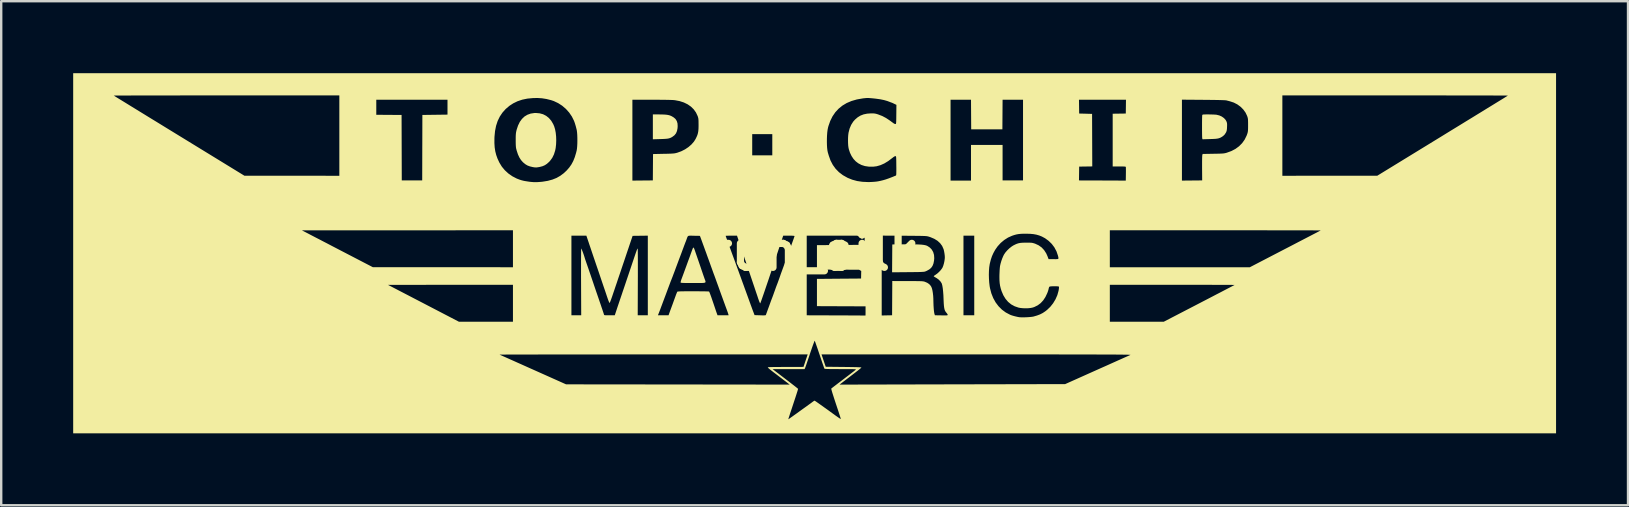
<source format=kicad_pcb>
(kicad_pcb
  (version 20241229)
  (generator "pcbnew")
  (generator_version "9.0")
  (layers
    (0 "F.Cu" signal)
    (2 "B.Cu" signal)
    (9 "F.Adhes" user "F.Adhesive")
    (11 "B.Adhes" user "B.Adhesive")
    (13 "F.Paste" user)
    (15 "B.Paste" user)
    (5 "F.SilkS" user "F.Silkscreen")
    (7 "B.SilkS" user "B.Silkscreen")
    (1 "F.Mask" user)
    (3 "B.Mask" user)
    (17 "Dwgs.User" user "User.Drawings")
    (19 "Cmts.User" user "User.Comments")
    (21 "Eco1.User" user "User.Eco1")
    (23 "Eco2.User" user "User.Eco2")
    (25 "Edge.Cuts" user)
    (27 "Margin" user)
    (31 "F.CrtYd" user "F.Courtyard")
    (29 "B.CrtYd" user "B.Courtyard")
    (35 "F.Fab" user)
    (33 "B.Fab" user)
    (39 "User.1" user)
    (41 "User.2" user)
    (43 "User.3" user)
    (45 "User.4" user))
  (footprint "fun_silk"
    (layer "F.Cu")
    (at 30.917 7.415)
    (property "Reference" "fun_silk" (at 0 0 0) (layer "F.SilkS") (effects (font (size 1.5 1.5) (thickness 0.3))))
    (attr board_only exclude_from_pos_files exclude_from_bom)
    (fp_poly (pts (xy -6.507 -5.696) (xy -6.377 -5.694) (xy -6.273 -5.69) (xy -6.188 -5.683) (xy -6.118 -5.672) (xy -6.059 -5.657) (xy -6.004 -5.636) (xy -5.989 -5.629) (xy -5.887 -5.57) (xy -5.811 -5.502) (xy -5.76 -5.421) (xy -5.73 -5.324) (xy -5.723 -5.208) (xy -5.728 -5.122) (xy -5.751 -5.005) (xy -5.792 -4.908) (xy -5.855 -4.829) (xy -5.942 -4.763) (xy -5.95 -4.758) (xy -5.996 -4.732) (xy -6.039 -4.713) (xy -6.086 -4.698) (xy -6.141 -4.687) (xy -6.21 -4.68) (xy -6.297 -4.674) (xy -6.407 -4.67) (xy -6.447 -4.669) (xy -6.757 -4.66) (xy -6.757 -5.178) (xy -6.757 -5.696)) (stroke (width 0) (type solid)) (fill yes) (layer "F.SilkS"))
    (fp_poly (pts (xy 4.085 -0.281) (xy 4.224 -0.279) (xy 4.341 -0.275) (xy 4.437 -0.269) (xy 4.516 -0.26) (xy 4.58 -0.249) (xy 4.631 -0.236) (xy 4.672 -0.22) (xy 4.679 -0.217) (xy 4.786 -0.148) (xy 4.869 -0.061) (xy 4.928 0.043) (xy 4.962 0.162) (xy 4.971 0.297) (xy 4.963 0.393) (xy 4.939 0.515) (xy 4.9 0.615) (xy 4.844 0.696) (xy 4.766 0.763) (xy 4.664 0.82) (xy 4.602 0.847) (xy 4.584 0.853) (xy 4.56 0.859) (xy 4.529 0.863) (xy 4.488 0.866) (xy 4.434 0.869) (xy 4.363 0.872) (xy 4.274 0.874) (xy 4.163 0.875) (xy 4.028 0.877) (xy 3.876 0.878) (xy 3.214 0.884) (xy 3.218 0.304) (xy 3.222 -0.277) (xy 3.73 -0.281) (xy 3.921 -0.282)) (stroke (width 0) (type solid)) (fill yes) (layer "F.SilkS"))
    (fp_poly (pts (xy 16.49 -5.695) (xy 16.578 -5.692) (xy 16.656 -5.689) (xy 16.716 -5.685) (xy 16.738 -5.682) (xy 16.852 -5.654) (xy 16.956 -5.607) (xy 17.045 -5.544) (xy 17.114 -5.469) (xy 17.148 -5.408) (xy 17.163 -5.369) (xy 17.172 -5.332) (xy 17.176 -5.289) (xy 17.176 -5.23) (xy 17.174 -5.173) (xy 17.17 -5.096) (xy 17.163 -5.039) (xy 17.152 -4.995) (xy 17.136 -4.955) (xy 17.129 -4.941) (xy 17.074 -4.857) (xy 17.002 -4.79) (xy 16.953 -4.758) (xy 16.908 -4.732) (xy 16.864 -4.713) (xy 16.817 -4.698) (xy 16.761 -4.687) (xy 16.692 -4.679) (xy 16.605 -4.674) (xy 16.494 -4.67) (xy 16.458 -4.669) (xy 16.151 -4.66) (xy 16.141 -4.696) (xy 16.138 -4.721) (xy 16.136 -4.771) (xy 16.134 -4.841) (xy 16.133 -4.928) (xy 16.132 -5.026) (xy 16.132 -5.13) (xy 16.132 -5.237) (xy 16.132 -5.342) (xy 16.133 -5.439) (xy 16.134 -5.524) (xy 16.136 -5.593) (xy 16.138 -5.641) (xy 16.14 -5.662) (xy 16.145 -5.675) (xy 16.153 -5.684) (xy 16.169 -5.69) (xy 16.197 -5.693) (xy 16.243 -5.695) (xy 16.309 -5.696) (xy 16.398 -5.696)) (stroke (width 0) (type solid)) (fill yes) (layer "F.SilkS"))
    (fp_poly (pts (xy -11.475 -5.742) (xy -11.332 -5.703) (xy -11.203 -5.637) (xy -11.089 -5.545) (xy -10.99 -5.429) (xy -10.908 -5.288) (xy -10.868 -5.195) (xy -10.832 -5.074) (xy -10.805 -4.932) (xy -10.789 -4.777) (xy -10.784 -4.615) (xy -10.79 -4.453) (xy -10.807 -4.3) (xy -10.826 -4.201) (xy -10.878 -4.033) (xy -10.95 -3.886) (xy -11.044 -3.758) (xy -11.083 -3.717) (xy -11.172 -3.637) (xy -11.26 -3.579) (xy -11.357 -3.537) (xy -11.472 -3.507) (xy -11.552 -3.493) (xy -11.616 -3.486) (xy -11.676 -3.488) (xy -11.744 -3.498) (xy -11.758 -3.5) (xy -11.879 -3.529) (xy -11.98 -3.566) (xy -12.068 -3.618) (xy -12.154 -3.688) (xy -12.174 -3.706) (xy -12.254 -3.797) (xy -12.322 -3.904) (xy -12.38 -4.03) (xy -12.43 -4.181) (xy -12.455 -4.276) (xy -12.464 -4.333) (xy -12.47 -4.419) (xy -12.473 -4.532) (xy -12.473 -4.634) (xy -12.473 -4.737) (xy -12.471 -4.816) (xy -12.467 -4.878) (xy -12.461 -4.931) (xy -12.452 -4.981) (xy -12.44 -5.034) (xy -12.433 -5.061) (xy -12.375 -5.235) (xy -12.302 -5.385) (xy -12.212 -5.509) (xy -12.107 -5.609) (xy -11.986 -5.682) (xy -11.849 -5.731) (xy -11.697 -5.754) (xy -11.632 -5.756)) (stroke (width 0) (type solid)) (fill yes) (layer "F.SilkS"))
    (fp_poly (pts (xy -5.053 -0.137) (xy -5.034 -0.102) (xy -5.011 -0.04) (xy -5.01 -0.037) (xy -4.996 0.003) (xy -4.975 0.066) (xy -4.947 0.147) (xy -4.915 0.239) (xy -4.881 0.338) (xy -4.866 0.381) (xy -4.83 0.486) (xy -4.794 0.591) (xy -4.76 0.69) (xy -4.731 0.777) (xy -4.708 0.844) (xy -4.702 0.86) (xy -4.675 0.941) (xy -4.644 1.031) (xy -4.615 1.113) (xy -4.606 1.14) (xy -4.587 1.19) (xy -4.572 1.231) (xy -4.563 1.263) (xy -4.562 1.288) (xy -4.572 1.306) (xy -4.596 1.318) (xy -4.636 1.325) (xy -4.695 1.329) (xy -4.775 1.331) (xy -4.878 1.331) (xy -5.008 1.331) (xy -5.076 1.331) (xy -5.217 1.33) (xy -5.33 1.33) (xy -5.419 1.329) (xy -5.487 1.327) (xy -5.536 1.325) (xy -5.569 1.321) (xy -5.589 1.317) (xy -5.599 1.312) (xy -5.601 1.309) (xy -5.599 1.286) (xy -5.588 1.243) (xy -5.571 1.188) (xy -5.561 1.163) (xy -5.534 1.09) (xy -5.504 1.01) (xy -5.479 0.941) (xy -5.476 0.934) (xy -5.456 0.879) (xy -5.439 0.831) (xy -5.427 0.801) (xy -5.427 0.8) (xy -5.416 0.77) (xy -5.399 0.723) (xy -5.385 0.684) (xy -5.361 0.619) (xy -5.335 0.548) (xy -5.323 0.515) (xy -5.3 0.452) (xy -5.275 0.383) (xy -5.264 0.355) (xy -5.248 0.311) (xy -5.224 0.247) (xy -5.197 0.171) (xy -5.169 0.091) (xy -5.165 0.081) (xy -5.139 0.008) (xy -5.115 -0.056) (xy -5.096 -0.105) (xy -5.084 -0.132) (xy -5.082 -0.136) (xy -5.068 -0.148)) (stroke (width 0) (type solid)) (fill yes) (layer "F.SilkS"))
    (fp_poly (pts (xy 30.887 0.09) (xy 30.887 7.595) (xy -0.015 7.595) (xy -30.917 7.595) (xy -30.917 4.314) (xy -13.148 4.314) (xy -13.133 4.321) (xy -13.092 4.339) (xy -13.028 4.368) (xy -12.941 4.407) (xy -12.835 4.454) (xy -12.711 4.51) (xy -12.57 4.572) (xy -12.415 4.642) (xy -12.248 4.716) (xy -12.07 4.796) (xy -11.883 4.88) (xy -11.754 4.937) (xy -10.374 5.554) (xy -5.714 5.559) (xy -1.054 5.565) (xy -1.138 5.5) (xy -1.175 5.471) (xy -1.231 5.428) (xy -1.301 5.375) (xy -1.381 5.314) (xy -1.465 5.25) (xy -1.497 5.226) (xy -1.618 5.133) (xy -1.718 5.057) (xy -1.797 4.996) (xy -1.859 4.947) (xy -1.894 4.919) (xy -1.767 4.919) (xy -1.239 5.323) (xy -1.129 5.407) (xy -1.027 5.486) (xy -0.934 5.558) (xy -0.854 5.62) (xy -0.789 5.671) (xy -0.741 5.71) (xy -0.713 5.733) (xy -0.706 5.74) (xy -0.707 5.752) (xy -0.715 5.781) (xy -0.728 5.828) (xy -0.749 5.894) (xy -0.777 5.982) (xy -0.812 6.091) (xy -0.856 6.224) (xy -0.908 6.382) (xy -0.969 6.567) (xy -1.009 6.686) (xy -1.04 6.779) (xy -1.066 6.861) (xy -1.088 6.929) (xy -1.103 6.979) (xy -1.111 7.007) (xy -1.112 7.012) (xy -1.099 7.003) (xy -1.064 6.979) (xy -1.011 6.941) (xy -0.941 6.892) (xy -0.858 6.832) (xy -0.763 6.765) (xy -0.661 6.691) (xy -0.639 6.675) (xy -0.535 6.6) (xy -0.437 6.53) (xy -0.35 6.468) (xy -0.276 6.414) (xy -0.218 6.372) (xy -0.177 6.343) (xy -0.158 6.329) (xy -0.157 6.328) (xy -0.09 6.278) (xy -0.045 6.247) (xy -0.021 6.234) (xy -0.019 6.234) (xy -0.01 6.238) (xy 0.01 6.25) (xy 0.043 6.271) (xy 0.092 6.305) (xy 0.157 6.351) (xy 0.243 6.412) (xy 0.335 6.477) (xy 0.39 6.517) (xy 0.447 6.557) (xy 0.486 6.585) (xy 0.532 6.618) (xy 0.589 6.659) (xy 0.637 6.695) (xy 0.762 6.785) (xy 0.864 6.859) (xy 0.944 6.915) (xy 1.004 6.957) (xy 1.046 6.983) (xy 1.069 6.996) (xy 1.076 6.996) (xy 1.072 6.978) (xy 1.059 6.935) (xy 1.039 6.872) (xy 1.013 6.791) (xy 0.983 6.698) (xy 0.949 6.595) (xy 0.944 6.581) (xy 0.884 6.401) (xy 0.833 6.247) (xy 0.791 6.118) (xy 0.757 6.011) (xy 0.729 5.924) (xy 0.709 5.857) (xy 0.694 5.805) (xy 0.685 5.768) (xy 0.68 5.744) (xy 0.68 5.731) (xy 0.682 5.727) (xy 0.696 5.715) (xy 0.732 5.688) (xy 0.786 5.646) (xy 0.857 5.592) (xy 0.94 5.528) (xy 1.035 5.456) (xy 1.138 5.377) (xy 1.181 5.345) (xy 1.287 5.263) (xy 1.387 5.187) (xy 1.478 5.118) (xy 1.556 5.057) (xy 1.62 5.008) (xy 1.666 4.971) (xy 1.692 4.95) (xy 1.696 4.947) (xy 1.703 4.94) (xy 1.704 4.934) (xy 1.699 4.93) (xy 1.685 4.926) (xy 1.658 4.924) (xy 1.618 4.922) (xy 1.56 4.92) (xy 1.483 4.919) (xy 1.384 4.919) (xy 1.261 4.919) (xy 1.111 4.919) (xy 1.066 4.919) (xy 0.9 4.918) (xy 0.762 4.918) (xy 0.649 4.917) (xy 0.56 4.915) (xy 0.493 4.913) (xy 0.444 4.91) (xy 0.413 4.907) (xy 0.397 4.902) (xy 0.393 4.9) (xy 0.386 4.882) (xy 0.37 4.839) (xy 0.348 4.774) (xy 0.318 4.69) (xy 0.284 4.59) (xy 0.246 4.477) (xy 0.205 4.355) (xy 0.191 4.314) (xy 0.188 4.306) (xy 0.273 4.306) (xy 0.36 4.563) (xy 0.447 4.821) (xy 1.192 4.829) (xy 1.378 4.831) (xy 1.539 4.834) (xy 1.674 4.836) (xy 1.781 4.839) (xy 1.861 4.843) (xy 1.912 4.846) (xy 1.934 4.85) (xy 1.935 4.851) (xy 1.932 4.857) (xy 1.922 4.868) (xy 1.904 4.884) (xy 1.876 4.908) (xy 1.835 4.941) (xy 1.781 4.984) (xy 1.711 5.038) (xy 1.623 5.106) (xy 1.516 5.188) (xy 1.388 5.286) (xy 1.323 5.336) (xy 1.024 5.565) (xy 5.726 5.554) (xy 10.427 5.544) (xy 11.765 4.945) (xy 11.955 4.86) (xy 12.138 4.779) (xy 12.311 4.701) (xy 12.474 4.628) (xy 12.623 4.561) (xy 12.758 4.501) (xy 12.876 4.448) (xy 12.976 4.404) (xy 13.055 4.369) (xy 13.111 4.344) (xy 13.143 4.329) (xy 13.149 4.327) (xy 13.148 4.325) (xy 13.14 4.324) (xy 13.123 4.322) (xy 13.096 4.321) (xy 13.058 4.319) (xy 13.01 4.318) (xy 12.949 4.317) (xy 12.875 4.316) (xy 12.788 4.315) (xy 12.687 4.314) (xy 12.571 4.313) (xy 12.438 4.312) (xy 12.29 4.312) (xy 12.123 4.311) (xy 11.939 4.31) (xy 11.736 4.31) (xy 11.513 4.309) (xy 11.27 4.309) (xy 11.006 4.308) (xy 10.72 4.308) (xy 10.411 4.308) (xy 10.079 4.307) (xy 9.723 4.307) (xy 9.342 4.307) (xy 8.935 4.307) (xy 8.502 4.306) (xy 8.041 4.306) (xy 7.553 4.306) (xy 7.036 4.306) (xy 6.733 4.306) (xy 0.273 4.306) (xy 0.188 4.306) (xy 0.149 4.19) (xy 0.11 4.074) (xy 0.074 3.971) (xy 0.043 3.882) (xy 0.018 3.812) (xy 0.000258 3.763) (xy -0.01 3.738) (xy -0.011 3.735) (xy -0.018 3.746) (xy -0.034 3.783) (xy -0.056 3.842) (xy -0.085 3.92) (xy -0.119 4.015) (xy -0.156 4.124) (xy -0.197 4.244) (xy -0.209 4.28) (xy -0.25 4.404) (xy -0.29 4.521) (xy -0.326 4.627) (xy -0.357 4.719) (xy -0.383 4.793) (xy -0.402 4.846) (xy -0.413 4.875) (xy -0.414 4.877) (xy -0.434 4.919) (xy -1.101 4.919) (xy -1.767 4.919) (xy -1.894 4.919) (xy -1.904 4.91) (xy -1.936 4.883) (xy -1.955 4.864) (xy -1.964 4.851) (xy -1.966 4.844) (xy -1.965 4.843) (xy -1.949 4.84) (xy -1.904 4.837) (xy -1.833 4.834) (xy -1.739 4.832) (xy -1.622 4.831) (xy -1.484 4.83) (xy -1.329 4.829) (xy -1.218 4.829) (xy -1.072 4.829) (xy -0.936 4.829) (xy -0.812 4.828) (xy -0.704 4.828) (xy -0.613 4.827) (xy -0.544 4.827) (xy -0.498 4.826) (xy -0.479 4.825) (xy -0.478 4.825) (xy -0.473 4.81) (xy -0.461 4.772) (xy -0.441 4.714) (xy -0.417 4.642) (xy -0.391 4.563) (xy -0.304 4.306) (xy -6.733 4.307) (xy -7.17 4.307) (xy -7.599 4.307) (xy -8.02 4.307) (xy -8.43 4.307) (xy -8.83 4.308) (xy -9.219 4.308) (xy -9.595 4.308) (xy -9.958 4.308) (xy -10.306 4.309) (xy -10.639 4.309) (xy -10.956 4.309) (xy -11.255 4.309) (xy -11.536 4.31) (xy -11.798 4.31) (xy -12.04 4.311) (xy -12.261 4.311) (xy -12.459 4.311) (xy -12.634 4.312) (xy -12.786 4.312) (xy -12.912 4.313) (xy -13.013 4.313) (xy -13.086 4.313) (xy -13.132 4.314) (xy -13.148 4.314) (xy -13.148 4.314) (xy -30.917 4.314) (xy -30.917 1.407) (xy -17.798 1.407) (xy -17.701 1.457) (xy -17.674 1.471) (xy -17.623 1.497) (xy -17.549 1.536) (xy -17.454 1.585) (xy -17.341 1.644) (xy -17.21 1.712) (xy -17.064 1.788) (xy -16.905 1.87) (xy -16.735 1.959) (xy -16.556 2.052) (xy -16.369 2.149) (xy -16.221 2.226) (xy -14.838 2.945) (xy -13.713 2.945) (xy -12.588 2.945) (xy -12.588 2.175) (xy -12.588 1.405) (xy -15.193 1.406) (xy -17.798 1.407) (xy -30.917 1.407) (xy -30.917 0.09) (xy -30.917 -0.866) (xy -21.386 -0.866) (xy -21.289 -0.815) (xy -21.262 -0.802) (xy -21.211 -0.775) (xy -21.137 -0.737) (xy -21.042 -0.687) (xy -20.929 -0.628) (xy -20.798 -0.56) (xy -20.652 -0.485) (xy -20.493 -0.402) (xy -20.323 -0.314) (xy -20.144 -0.22) (xy -19.957 -0.123) (xy -19.809 -0.046) (xy -18.426 0.672) (xy -15.507 0.672) (xy -12.588 0.673) (xy -12.588 -0.097) (xy -12.588 -0.643) (xy -10.151 -0.643) (xy -10.151 1.017) (xy -10.151 2.676) (xy -9.947 2.676) (xy -9.743 2.676) (xy -9.749 1.286) (xy -9.75 1.085) (xy -9.75 0.892) (xy -9.75 0.71) (xy -9.75 0.541) (xy -9.75 0.387) (xy -9.749 0.25) (xy -9.748 0.132) (xy -9.747 0.035) (xy -9.746 -0.038) (xy -9.744 -0.087) (xy -9.743 -0.108) (xy -9.742 -0.108) (xy -9.734 -0.096) (xy -9.718 -0.062) (xy -9.697 -0.009) (xy -9.672 0.055) (xy -9.647 0.125) (xy -9.623 0.196) (xy -9.602 0.263) (xy -9.596 0.284) (xy -9.584 0.326) (xy -9.573 0.357) (xy -9.573 0.359) (xy -9.564 0.383) (xy -9.547 0.432) (xy -9.523 0.502) (xy -9.493 0.588) (xy -9.459 0.686) (xy -9.422 0.794) (xy -9.384 0.906) (xy -9.345 1.019) (xy -9.308 1.129) (xy -9.273 1.232) (xy -9.241 1.324) (xy -9.239 1.331) (xy -9.208 1.424) (xy -9.169 1.538) (xy -9.125 1.668) (xy -9.077 1.807) (xy -9.029 1.947) (xy -8.983 2.082) (xy -8.969 2.123) (xy -8.929 2.239) (xy -8.893 2.347) (xy -8.86 2.443) (xy -8.833 2.524) (xy -8.812 2.587) (xy -8.799 2.628) (xy -8.795 2.642) (xy -8.791 2.655) (xy -8.783 2.665) (xy -8.766 2.67) (xy -8.735 2.674) (xy -8.687 2.676) (xy -8.616 2.676) (xy -8.565 2.676) (xy -8.344 2.676) (xy -8.291 2.515) (xy -8.275 2.467) (xy -8.251 2.394) (xy -8.22 2.301) (xy -8.182 2.19) (xy -8.141 2.067) (xy -8.096 1.935) (xy -8.049 1.797) (xy -8.021 1.712) (xy -7.966 1.551) (xy -7.906 1.374) (xy -7.844 1.189) (xy -7.781 1.003) (xy -7.721 0.824) (xy -7.665 0.658) (xy -7.616 0.512) (xy -7.615 0.508) (xy -7.565 0.36) (xy -7.524 0.238) (xy -7.49 0.139) (xy -7.463 0.061) (xy -7.442 0.002) (xy -7.426 -0.042) (xy -7.413 -0.072) (xy -7.404 -0.09) (xy -7.397 -0.1) (xy -7.391 -0.104) (xy -7.388 -0.105) (xy -7.387 -0.09) (xy -7.386 -0.048) (xy -7.385 0.021) (xy -7.384 0.112) (xy -7.383 0.226) (xy -7.382 0.359) (xy -7.382 0.509) (xy -7.382 0.675) (xy -7.382 0.854) (xy -7.382 1.044) (xy -7.383 1.244) (xy -7.383 1.286) (xy -7.388 2.676) (xy -7.177 2.676) (xy -6.967 2.676) (xy -6.546 2.676) (xy -6.325 2.676) (xy -6.103 2.676) (xy -6.07 2.583) (xy -6.049 2.524) (xy -6.029 2.469) (xy -6.017 2.437) (xy -5.991 2.367) (xy -5.964 2.294) (xy -5.934 2.213) (xy -5.9 2.118) (xy -5.858 2.002) (xy -5.845 1.967) (xy -5.815 1.884) (xy -5.788 1.81) (xy -5.764 1.751) (xy -5.747 1.71) (xy -5.738 1.694) (xy -5.729 1.689) (xy -5.707 1.685) (xy -5.671 1.682) (xy -5.619 1.679) (xy -5.548 1.677) (xy -5.455 1.676) (xy -5.339 1.675) (xy -5.197 1.675) (xy -5.077 1.675) (xy -4.941 1.675) (xy -4.814 1.676) (xy -4.699 1.677) (xy -4.599 1.678) (xy -4.518 1.68) (xy -4.458 1.682) (xy -4.423 1.684) (xy -4.415 1.686) (xy -4.407 1.697) (xy -4.395 1.724) (xy -4.377 1.769) (xy -4.353 1.833) (xy -4.322 1.918) (xy -4.285 2.027) (xy -4.239 2.16) (xy -4.186 2.317) (xy -4.159 2.397) (xy -4.133 2.475) (xy -4.11 2.542) (xy -4.093 2.59) (xy -4.062 2.676) (xy -3.831 2.676) (xy -3.6 2.676) (xy -3.61 2.635) (xy -3.62 2.602) (xy -3.637 2.551) (xy -3.659 2.491) (xy -3.665 2.474) (xy -3.69 2.406) (xy -3.715 2.338) (xy -3.736 2.282) (xy -3.738 2.276) (xy -3.761 2.212) (xy -3.786 2.144) (xy -3.795 2.119) (xy -3.807 2.086) (xy -3.828 2.029) (xy -3.856 1.951) (xy -3.89 1.858) (xy -3.928 1.753) (xy -3.969 1.64) (xy -3.991 1.577) (xy -4.032 1.463) (xy -4.071 1.356) (xy -4.106 1.26) (xy -4.135 1.178) (xy -4.158 1.115) (xy -4.173 1.074) (xy -4.178 1.061) (xy -4.201 0.997) (xy -4.224 0.938) (xy -4.246 0.877) (xy -4.27 0.81) (xy -4.298 0.732) (xy -4.332 0.639) (xy -4.373 0.524) (xy -4.395 0.463) (xy -4.433 0.358) (xy -4.47 0.257) (xy -4.503 0.166) (xy -4.53 0.089) (xy -4.551 0.032) (xy -4.563 0) (xy -4.584 -0.056) (xy -4.603 -0.11) (xy -4.612 -0.135) (xy -4.628 -0.179) (xy -4.649 -0.236) (xy -4.661 -0.269) (xy -4.7 -0.376) (xy -4.73 -0.459) (xy -4.754 -0.523) (xy -4.772 -0.573) (xy -4.773 -0.576) (xy -4.796 -0.635) (xy -4.797 -0.635) (xy -3.723 -0.635) (xy -3.718 -0.62) (xy -3.704 -0.581) (xy -3.683 -0.522) (xy -3.655 -0.446) (xy -3.624 -0.357) (xy -3.589 -0.26) (xy -3.552 -0.158) (xy -3.514 -0.055) (xy -3.478 0.044) (xy -3.444 0.137) (xy -3.414 0.219) (xy -3.408 0.235) (xy -3.385 0.297) (xy -3.36 0.365) (xy -3.347 0.4) (xy -3.327 0.457) (xy -3.307 0.511) (xy -3.297 0.538) (xy -3.281 0.582) (xy -3.26 0.639) (xy -3.247 0.677) (xy -3.223 0.741) (xy -3.198 0.809) (xy -3.186 0.841) (xy -3.175 0.872) (xy -3.155 0.927) (xy -3.127 1.004) (xy -3.092 1.099) (xy -3.053 1.208) (xy -3.009 1.329) (xy -2.962 1.457) (xy -2.938 1.525) (xy -2.89 1.656) (xy -2.845 1.78) (xy -2.803 1.895) (xy -2.766 1.998) (xy -2.735 2.083) (xy -2.711 2.15) (xy -2.695 2.193) (xy -2.691 2.205) (xy -2.67 2.263) (xy -2.645 2.33) (xy -2.631 2.37) (xy -2.612 2.422) (xy -2.595 2.466) (xy -2.587 2.489) (xy -2.575 2.52) (xy -2.557 2.566) (xy -2.547 2.594) (xy -2.518 2.669) (xy -2.287 2.676) (xy -2.197 2.679) (xy -2.133 2.679) (xy -2.09 2.678) (xy -2.064 2.674) (xy -2.051 2.667) (xy -2.047 2.661) (xy -2.039 2.641) (xy -2.023 2.597) (xy -2 2.534) (xy -1.972 2.456) (xy -1.94 2.368) (xy -1.929 2.34) (xy -1.895 2.246) (xy -1.863 2.158) (xy -1.835 2.08) (xy -1.812 2.019) (xy -1.797 1.979) (xy -1.794 1.973) (xy -1.78 1.936) (xy -1.758 1.878) (xy -1.731 1.804) (xy -1.702 1.721) (xy -1.682 1.667) (xy -1.653 1.586) (xy -1.627 1.512) (xy -1.605 1.453) (xy -1.589 1.412) (xy -1.584 1.398) (xy -1.573 1.372) (xy -1.555 1.324) (xy -1.532 1.261) (xy -1.507 1.191) (xy -1.481 1.119) (xy -1.458 1.053) (xy -1.445 1.017) (xy -0.344 1.017) (xy -0.344 2.676) (xy 0.878 2.68) (xy 1.067 2.68) (xy 1.246 2.681) (xy 1.415 2.682) (xy 1.57 2.683) (xy 1.71 2.683) (xy 1.832 2.684) (xy 1.935 2.685) (xy 2.015 2.686) (xy 2.071 2.686) (xy 2.1 2.687) (xy 2.104 2.687) (xy 2.105 2.684) (xy 2.781 2.684) (xy 2.997 2.679) (xy 3.214 2.675) (xy 3.218 1.961) (xy 3.222 1.248) (xy 3.857 1.249) (xy 4.013 1.249) (xy 4.143 1.25) (xy 4.249 1.251) (xy 4.333 1.252) (xy 4.4 1.254) (xy 4.452 1.256) (xy 4.492 1.26) (xy 4.523 1.264) (xy 4.549 1.27) (xy 4.571 1.276) (xy 4.575 1.277) (xy 4.68 1.322) (xy 4.761 1.377) (xy 4.823 1.447) (xy 4.851 1.495) (xy 4.875 1.557) (xy 4.896 1.643) (xy 4.913 1.746) (xy 4.926 1.86) (xy 4.933 1.978) (xy 4.934 2.035) (xy 4.937 2.153) (xy 4.941 2.269) (xy 4.948 2.377) (xy 4.956 2.473) (xy 4.966 2.551) (xy 4.977 2.606) (xy 4.978 2.612) (xy 4.998 2.675) (xy 5.265 2.679) (xy 5.36 2.681) (xy 5.429 2.681) (xy 5.477 2.68) (xy 5.507 2.677) (xy 5.523 2.672) (xy 5.53 2.665) (xy 5.532 2.655) (xy 5.522 2.629) (xy 5.497 2.592) (xy 5.474 2.565) (xy 5.444 2.527) (xy 5.419 2.484) (xy 5.4 2.432) (xy 5.386 2.366) (xy 5.375 2.284) (xy 5.367 2.182) (xy 5.361 2.054) (xy 5.359 2.011) (xy 5.352 1.835) (xy 5.34 1.681) (xy 5.326 1.55) (xy 5.309 1.445) (xy 5.289 1.367) (xy 5.276 1.336) (xy 5.226 1.26) (xy 5.153 1.186) (xy 5.064 1.122) (xy 5.036 1.107) (xy 4.992 1.081) (xy 4.96 1.06) (xy 4.948 1.047) (xy 4.96 1.033) (xy 4.982 1.017) (xy 6.189 1.017) (xy 6.189 2.676) (xy 6.414 2.676) (xy 6.638 2.676) (xy 6.638 1.017) (xy 6.638 0.984) (xy 7.247 0.984) (xy 7.251 1.149) (xy 7.262 1.311) (xy 7.28 1.463) (xy 7.295 1.547) (xy 7.351 1.762) (xy 7.43 1.96) (xy 7.53 2.14) (xy 7.651 2.3) (xy 7.791 2.44) (xy 7.95 2.557) (xy 8.126 2.65) (xy 8.169 2.668) (xy 8.219 2.685) (xy 8.288 2.705) (xy 8.366 2.725) (xy 8.441 2.742) (xy 8.504 2.754) (xy 8.521 2.756) (xy 8.58 2.76) (xy 8.658 2.761) (xy 8.749 2.76) (xy 8.845 2.756) (xy 8.938 2.75) (xy 9.02 2.742) (xy 9.083 2.733) (xy 9.105 2.729) (xy 9.252 2.686) (xy 9.378 2.639) (xy 9.49 2.582) (xy 9.596 2.512) (xy 9.674 2.451) (xy 9.808 2.322) (xy 9.925 2.175) (xy 12.289 2.175) (xy 12.289 2.945) (xy 13.412 2.945) (xy 14.536 2.945) (xy 16.01 2.181) (xy 16.206 2.079) (xy 16.394 1.982) (xy 16.572 1.889) (xy 16.74 1.801) (xy 16.896 1.721) (xy 17.037 1.647) (xy 17.162 1.582) (xy 17.27 1.526) (xy 17.358 1.48) (xy 17.425 1.445) (xy 17.469 1.422) (xy 17.489 1.411) (xy 17.49 1.411) (xy 17.476 1.41) (xy 17.434 1.41) (xy 17.364 1.409) (xy 17.27 1.408) (xy 17.151 1.408) (xy 17.01 1.408) (xy 16.849 1.407) (xy 16.668 1.407) (xy 16.469 1.406) (xy 16.254 1.406) (xy 16.024 1.406) (xy 15.781 1.406) (xy 15.526 1.405) (xy 15.261 1.405) (xy 14.987 1.405) (xy 14.893 1.405) (xy 12.289 1.405) (xy 12.289 2.175) (xy 9.925 2.175) (xy 9.926 2.173) (xy 10.025 2.009) (xy 10.101 1.836) (xy 10.151 1.658) (xy 10.164 1.583) (xy 10.17 1.523) (xy 10.168 1.489) (xy 10.16 1.477) (xy 10.137 1.471) (xy 10.091 1.468) (xy 10.031 1.466) (xy 9.964 1.466) (xy 9.897 1.467) (xy 9.839 1.47) (xy 9.796 1.475) (xy 9.778 1.48) (xy 9.756 1.507) (xy 9.741 1.557) (xy 9.741 1.563) (xy 9.73 1.61) (xy 9.711 1.672) (xy 9.687 1.737) (xy 9.684 1.746) (xy 9.605 1.913) (xy 9.513 2.053) (xy 9.406 2.169) (xy 9.284 2.26) (xy 9.145 2.329) (xy 9.082 2.351) (xy 8.999 2.369) (xy 8.896 2.381) (xy 8.782 2.384) (xy 8.668 2.381) (xy 8.561 2.37) (xy 8.484 2.356) (xy 8.322 2.3) (xy 8.177 2.221) (xy 8.05 2.117) (xy 7.941 1.989) (xy 7.849 1.838) (xy 7.776 1.665) (xy 7.741 1.553) (xy 7.715 1.446) (xy 7.698 1.335) (xy 7.689 1.214) (xy 7.687 1.075) (xy 7.688 0.99) (xy 7.692 0.895) (xy 7.696 0.803) (xy 7.702 0.721) (xy 7.708 0.656) (xy 7.712 0.626) (xy 7.734 0.527) (xy 7.766 0.416) (xy 7.805 0.305) (xy 7.848 0.205) (xy 7.875 0.15) (xy 7.935 0.06) (xy 8.015 -0.032) (xy 8.106 -0.119) (xy 8.202 -0.194) (xy 8.267 -0.235) (xy 8.346 -0.275) (xy 8.415 -0.305) (xy 8.482 -0.326) (xy 8.553 -0.34) (xy 8.637 -0.348) (xy 8.74 -0.351) (xy 8.806 -0.351) (xy 8.898 -0.351) (xy 8.968 -0.35) (xy 9.021 -0.347) (xy 9.064 -0.341) (xy 9.104 -0.331) (xy 9.147 -0.318) (xy 9.179 -0.307) (xy 9.321 -0.241) (xy 9.445 -0.153) (xy 9.55 -0.041) (xy 9.637 0.094) (xy 9.687 0.205) (xy 9.737 0.336) (xy 9.944 0.336) (xy 10.03 0.337) (xy 10.089 0.335) (xy 10.127 0.329) (xy 10.145 0.314) (xy 10.148 0.287) (xy 10.14 0.245) (xy 10.125 0.185) (xy 10.122 0.176) (xy 10.064 0.006) (xy 10.008 -0.097) (xy 12.289 -0.097) (xy 12.289 0.673) (xy 15.206 0.673) (xy 18.124 0.673) (xy 19.598 -0.092) (xy 19.794 -0.193) (xy 19.982 -0.291) (xy 20.16 -0.384) (xy 20.328 -0.471) (xy 20.484 -0.552) (xy 20.625 -0.625) (xy 20.75 -0.69) (xy 20.858 -0.746) (xy 20.946 -0.792) (xy 21.013 -0.827) (xy 21.057 -0.851) (xy 21.077 -0.861) (xy 21.078 -0.862) (xy 21.064 -0.862) (xy 21.021 -0.863) (xy 20.95 -0.863) (xy 20.854 -0.863) (xy 20.731 -0.864) (xy 20.585 -0.864) (xy 20.416 -0.865) (xy 20.225 -0.865) (xy 20.013 -0.865) (xy 19.783 -0.866) (xy 19.533 -0.866) (xy 19.267 -0.866) (xy 18.985 -0.866) (xy 18.688 -0.867) (xy 18.377 -0.867) (xy 18.054 -0.867) (xy 17.72 -0.867) (xy 17.376 -0.867) (xy 17.023 -0.867) (xy 16.687 -0.867) (xy 12.289 -0.867) (xy 12.289 -0.097) (xy 10.008 -0.097) (xy 9.979 -0.153) (xy 9.87 -0.298) (xy 9.739 -0.426) (xy 9.59 -0.535) (xy 9.456 -0.607) (xy 9.346 -0.651) (xy 9.232 -0.684) (xy 9.107 -0.707) (xy 8.966 -0.72) (xy 8.803 -0.724) (xy 8.791 -0.724) (xy 8.665 -0.723) (xy 8.562 -0.718) (xy 8.473 -0.708) (xy 8.389 -0.692) (xy 8.304 -0.669) (xy 8.215 -0.639) (xy 8.047 -0.564) (xy 7.888 -0.463) (xy 7.741 -0.34) (xy 7.612 -0.198) (xy 7.511 -0.054) (xy 7.437 0.08) (xy 7.377 0.213) (xy 7.33 0.353) (xy 7.29 0.51) (xy 7.281 0.553) (xy 7.262 0.678) (xy 7.251 0.825) (xy 7.247 0.984) (xy 6.638 0.984) (xy 6.638 -0.643) (xy 6.414 -0.643) (xy 6.189 -0.643) (xy 6.189 1.017) (xy 4.982 1.017) (xy 4.991 1.009) (xy 5.027 0.986) (xy 5.099 0.934) (xy 5.172 0.868) (xy 5.24 0.795) (xy 5.293 0.724) (xy 5.315 0.688) (xy 5.346 0.611) (xy 5.374 0.516) (xy 5.396 0.413) (xy 5.409 0.315) (xy 5.412 0.257) (xy 5.408 0.185) (xy 5.397 0.099) (xy 5.382 0.012) (xy 5.365 -0.063) (xy 5.358 -0.084) (xy 5.3 -0.215) (xy 5.216 -0.329) (xy 5.108 -0.428) (xy 4.974 -0.511) (xy 4.814 -0.579) (xy 4.754 -0.599) (xy 4.731 -0.606) (xy 4.708 -0.612) (xy 4.684 -0.617) (xy 4.656 -0.622) (xy 4.621 -0.625) (xy 4.577 -0.628) (xy 4.522 -0.63) (xy 4.453 -0.632) (xy 4.367 -0.634) (xy 4.263 -0.635) (xy 4.137 -0.636) (xy 3.988 -0.637) (xy 3.812 -0.639) (xy 3.711 -0.639) (xy 2.781 -0.645) (xy 2.781 1.019) (xy 2.781 2.684) (xy 2.105 2.684) (xy 2.106 2.675) (xy 2.107 2.638) (xy 2.108 2.581) (xy 2.108 2.512) (xy 2.108 2.497) (xy 2.108 2.303) (xy 1.095 2.299) (xy 0.082 2.295) (xy 0.082 1.727) (xy 0.082 1.159) (xy 1.002 1.151) (xy 1.921 1.144) (xy 1.925 0.961) (xy 1.929 0.778) (xy 1.006 0.774) (xy 0.082 0.77) (xy 0.082 0.262) (xy 0.082 -0.247) (xy 1.074 -0.254) (xy 2.067 -0.262) (xy 2.069 -0.452) (xy 2.071 -0.643) (xy 0.863 -0.643) (xy -0.344 -0.643) (xy -0.344 1.017) (xy -1.445 1.017) (xy -1.443 1.009) (xy -1.438 0.995) (xy -1.434 0.982) (xy -1.429 0.969) (xy -1.423 0.952) (xy -1.415 0.929) (xy -1.404 0.899) (xy -1.389 0.859) (xy -1.37 0.807) (xy -1.346 0.74) (xy -1.315 0.656) (xy -1.278 0.554) (xy -1.232 0.43) (xy -1.178 0.283) (xy -1.115 0.109) (xy -1.113 0.104) (xy -1.062 -0.035) (xy -1.014 -0.165) (xy -0.971 -0.285) (xy -0.933 -0.391) (xy -0.901 -0.48) (xy -0.876 -0.551) (xy -0.86 -0.599) (xy -0.852 -0.623) (xy -0.852 -0.624) (xy -0.86 -0.632) (xy -0.886 -0.637) (xy -0.933 -0.641) (xy -1.004 -0.642) (xy -1.088 -0.643) (xy -1.324 -0.643) (xy -1.795 0.765) (xy -1.861 0.963) (xy -1.924 1.152) (xy -1.985 1.331) (xy -2.042 1.498) (xy -2.094 1.652) (xy -2.141 1.789) (xy -2.183 1.909) (xy -2.218 2.01) (xy -2.246 2.088) (xy -2.267 2.144) (xy -2.279 2.174) (xy -2.282 2.179) (xy -2.292 2.167) (xy -2.31 2.131) (xy -2.333 2.074) (xy -2.359 2) (xy -2.367 1.978) (xy -2.384 1.925) (xy -2.41 1.847) (xy -2.444 1.747) (xy -2.484 1.629) (xy -2.528 1.497) (xy -2.577 1.353) (xy -2.628 1.201) (xy -2.681 1.045) (xy -2.713 0.949) (xy -2.769 0.784) (xy -2.826 0.616) (xy -2.882 0.448) (xy -2.937 0.285) (xy -2.989 0.132) (xy -3.036 -0.007) (xy -3.077 -0.128) (xy -3.11 -0.227) (xy -3.12 -0.258) (xy -3.25 -0.643) (xy -3.486 -0.643) (xy -3.566 -0.642) (xy -3.635 -0.641) (xy -3.687 -0.639) (xy -3.717 -0.637) (xy -3.723 -0.635) (xy -4.797 -0.635) (xy -5.044 -0.639) (xy -5.135 -0.642) (xy -5.202 -0.643) (xy -5.248 -0.64) (xy -5.279 -0.632) (xy -5.3 -0.615) (xy -5.316 -0.587) (xy -5.332 -0.546) (xy -5.352 -0.49) (xy -5.353 -0.486) (xy -5.372 -0.434) (xy -5.389 -0.389) (xy -5.399 -0.366) (xy -5.406 -0.349) (xy -5.416 -0.321) (xy -5.432 -0.279) (xy -5.455 -0.22) (xy -5.484 -0.14) (xy -5.523 -0.037) (xy -5.539 0.007) (xy -5.555 0.051) (xy -5.579 0.115) (xy -5.609 0.195) (xy -5.643 0.284) (xy -5.674 0.366) (xy -5.708 0.457) (xy -5.741 0.546) (xy -5.77 0.624) (xy -5.794 0.687) (xy -5.808 0.725) (xy -5.839 0.81) (xy -5.872 0.898) (xy -5.905 0.984) (xy -5.935 1.065) (xy -5.962 1.133) (xy -5.982 1.185) (xy -5.994 1.215) (xy -5.995 1.218) (xy -6.005 1.242) (xy -6.023 1.288) (xy -6.047 1.352) (xy -6.075 1.428) (xy -6.098 1.488) (xy -6.131 1.577) (xy -6.171 1.685) (xy -6.215 1.804) (xy -6.261 1.925) (xy -6.303 2.039) (xy -6.31 2.056) (xy -6.346 2.152) (xy -6.379 2.242) (xy -6.409 2.32) (xy -6.432 2.383) (xy -6.448 2.425) (xy -6.452 2.437) (xy -6.468 2.479) (xy -6.49 2.535) (xy -6.509 2.583) (xy -6.546 2.676) (xy -6.967 2.676) (xy -6.967 1.016) (xy -6.967 -0.643) (xy -7.284 -0.639) (xy -7.601 -0.635) (xy -7.722 -0.277) (xy -7.777 -0.113) (xy -7.836 0.061) (xy -7.897 0.243) (xy -7.96 0.431) (xy -8.024 0.619) (xy -8.087 0.807) (xy -8.149 0.99) (xy -8.209 1.166) (xy -8.264 1.332) (xy -8.316 1.483) (xy -8.361 1.618) (xy -8.401 1.734) (xy -8.432 1.826) (xy -8.451 1.883) (xy -8.481 1.968) (xy -8.508 2.043) (xy -8.532 2.104) (xy -8.549 2.145) (xy -8.56 2.163) (xy -8.56 2.163) (xy -8.57 2.152) (xy -8.587 2.117) (xy -8.609 2.063) (xy -8.634 1.995) (xy -8.645 1.962) (xy -8.673 1.881) (xy -8.709 1.772) (xy -8.755 1.636) (xy -8.81 1.476) (xy -8.873 1.291) (xy -8.943 1.083) (xy -9.021 0.852) (xy -9.107 0.601) (xy -9.189 0.359) (xy -9.232 0.234) (xy -9.277 0.1) (xy -9.323 -0.036) (xy -9.366 -0.164) (xy -9.405 -0.277) (xy -9.428 -0.348) (xy -9.528 -0.643) (xy -9.839 -0.643) (xy -10.151 -0.643) (xy -12.588 -0.643) (xy -12.588 -0.867) (xy -16.987 -0.866) (xy -21.386 -0.866) (xy -30.917 -0.866) (xy -30.917 -6.481) (xy -29.225 -6.481) (xy -29.211 -6.472) (xy -29.174 -6.449) (xy -29.113 -6.411) (xy -29.03 -6.36) (xy -28.927 -6.297) (xy -28.803 -6.221) (xy -28.662 -6.134) (xy -28.503 -6.036) (xy -28.328 -5.929) (xy -28.138 -5.812) (xy -27.934 -5.687) (xy -27.718 -5.554) (xy -27.49 -5.415) (xy -27.252 -5.269) (xy -27.005 -5.117) (xy -26.75 -4.961) (xy -26.497 -4.806) (xy -23.778 -3.14) (xy -21.801 -3.14) (xy -19.824 -3.139) (xy -19.824 -4.814) (xy -19.824 -6.309) (xy -18.284 -6.309) (xy -18.284 -5.995) (xy -18.284 -5.681) (xy -17.757 -5.677) (xy -17.23 -5.674) (xy -17.226 -4.309) (xy -17.222 -2.945) (xy -16.796 -2.945) (xy -16.37 -2.945) (xy -16.367 -4.309) (xy -16.366 -4.502) (xy -13.361 -4.502) (xy -13.35 -4.323) (xy -13.325 -4.16) (xy -13.285 -4.004) (xy -13.23 -3.851) (xy -13.157 -3.694) (xy -13.152 -3.685) (xy -13.051 -3.519) (xy -12.925 -3.368) (xy -12.778 -3.233) (xy -12.613 -3.118) (xy -12.432 -3.024) (xy -12.307 -2.976) (xy -12.25 -2.958) (xy -12.199 -2.944) (xy -12.147 -2.931) (xy -12.086 -2.919) (xy -12.011 -2.907) (xy -11.915 -2.892) (xy -11.878 -2.887) (xy -11.739 -2.875) (xy -11.58 -2.874) (xy -11.411 -2.886) (xy -11.342 -2.894) (xy -11.13 -2.929) (xy -11.1 -2.938) (xy -7.61 -2.938) (xy -7.184 -2.942) (xy -6.758 -2.946) (xy -6.754 -3.495) (xy -6.75 -4.044) (xy -6.309 -4.054) (xy -6.181 -4.056) (xy -6.078 -4.059) (xy -5.997 -4.062) (xy -5.933 -4.066) (xy -5.882 -4.07) (xy -5.84 -4.076) (xy -5.802 -4.084) (xy -5.765 -4.093) (xy -5.737 -4.101) (xy -5.571 -4.161) (xy -5.414 -4.241) (xy -5.272 -4.336) (xy -5.161 -4.433) (xy -2.616 -4.433) (xy -2.616 -3.992) (xy -2.198 -3.992) (xy -1.779 -3.992) (xy -1.779 -4.433) (xy -1.779 -4.55) (xy 0.496 -4.55) (xy 0.499 -4.42) (xy 0.506 -4.301) (xy 0.518 -4.198) (xy 0.534 -4.117) (xy 0.538 -4.104) (xy 0.55 -4.064) (xy 0.566 -4.01) (xy 0.576 -3.977) (xy 0.648 -3.775) (xy 0.743 -3.593) (xy 0.86 -3.431) (xy 1 -3.288) (xy 1.163 -3.164) (xy 1.35 -3.059) (xy 1.363 -3.052) (xy 1.555 -2.975) (xy 1.758 -2.92) (xy 1.975 -2.888) (xy 2.209 -2.877) (xy 2.287 -2.878) (xy 2.378 -2.882) (xy 2.469 -2.888) (xy 2.552 -2.896) (xy 2.617 -2.905) (xy 2.624 -2.906) (xy 2.736 -2.929) (xy 2.845 -2.956) (xy 2.956 -2.989) (xy 3.076 -3.031) (xy 3.21 -3.082) (xy 3.364 -3.145) (xy 3.375 -3.15) (xy 3.381 -3.159) (xy 3.386 -3.182) (xy 3.389 -3.222) (xy 3.39 -3.282) (xy 3.391 -3.364) (xy 3.391 -3.471) (xy 3.39 -3.556) (xy 3.389 -3.675) (xy 3.388 -3.768) (xy 3.386 -3.838) (xy 3.384 -3.888) (xy 3.381 -3.921) (xy 3.376 -3.942) (xy 3.37 -3.953) (xy 3.362 -3.957) (xy 3.355 -3.959) (xy 3.324 -3.951) (xy 3.275 -3.921) (xy 3.22 -3.878) (xy 3.052 -3.751) (xy 2.889 -3.652) (xy 2.729 -3.581) (xy 2.572 -3.536) (xy 2.429 -3.518) (xy 2.248 -3.519) (xy 2.084 -3.543) (xy 1.937 -3.589) (xy 1.803 -3.66) (xy 1.698 -3.741) (xy 1.606 -3.84) (xy 1.525 -3.961) (xy 1.459 -4.098) (xy 1.411 -4.244) (xy 1.396 -4.313) (xy 1.385 -4.397) (xy 1.379 -4.501) (xy 1.377 -4.615) (xy 1.377 -4.623) (xy 5.651 -4.623) (xy 5.651 -2.938) (xy 6.077 -2.938) (xy 6.503 -2.938) (xy 6.503 -3.681) (xy 6.503 -4.425) (xy 7.161 -4.425) (xy 7.819 -4.425) (xy 7.819 -3.685) (xy 7.819 -2.945) (xy 8.245 -2.945) (xy 8.671 -2.945) (xy 8.671 -4.627) (xy 8.671 -6.309) (xy 11.003 -6.309) (xy 11.007 -6.021) (xy 11.011 -5.733) (xy 11.28 -5.726) (xy 11.549 -5.718) (xy 11.553 -4.624) (xy 11.557 -3.529) (xy 11.284 -3.525) (xy 11.011 -3.521) (xy 11.007 -3.233) (xy 11.003 -2.945) (xy 11.978 -2.942) (xy 12.954 -2.938) (xy 15.294 -2.938) (xy 15.716 -2.942) (xy 16.138 -2.946) (xy 16.134 -3.459) (xy 16.134 -3.595) (xy 16.134 -3.716) (xy 16.135 -3.821) (xy 16.137 -3.906) (xy 16.14 -3.968) (xy 16.143 -4.004) (xy 16.145 -4.01) (xy 16.159 -4.048) (xy 16.597 -4.056) (xy 16.725 -4.058) (xy 16.827 -4.06) (xy 16.908 -4.063) (xy 16.971 -4.066) (xy 17.021 -4.07) (xy 17.063 -4.076) (xy 17.1 -4.083) (xy 17.136 -4.092) (xy 17.163 -4.1) (xy 17.354 -4.169) (xy 17.525 -4.259) (xy 17.675 -4.369) (xy 17.803 -4.498) (xy 17.908 -4.645) (xy 17.989 -4.81) (xy 17.991 -4.814) (xy 19.48 -4.814) (xy 19.48 -3.139) (xy 21.457 -3.14) (xy 23.434 -3.14) (xy 26.154 -4.806) (xy 26.415 -4.967) (xy 26.67 -5.123) (xy 26.917 -5.274) (xy 27.154 -5.42) (xy 27.382 -5.559) (xy 27.598 -5.692) (xy 27.801 -5.816) (xy 27.99 -5.933) (xy 28.165 -6.04) (xy 28.323 -6.137) (xy 28.464 -6.224) (xy 28.587 -6.299) (xy 28.69 -6.362) (xy 28.771 -6.413) (xy 28.831 -6.45) (xy 28.868 -6.473) (xy 28.881 -6.481) (xy 28.867 -6.481) (xy 28.824 -6.482) (xy 28.753 -6.482) (xy 28.656 -6.483) (xy 28.533 -6.484) (xy 28.387 -6.484) (xy 28.217 -6.485) (xy 28.025 -6.485) (xy 27.812 -6.485) (xy 27.579 -6.486) (xy 27.328 -6.486) (xy 27.059 -6.487) (xy 26.774 -6.487) (xy 26.474 -6.487) (xy 26.159 -6.488) (xy 25.832 -6.488) (xy 25.492 -6.488) (xy 25.142 -6.488) (xy 24.782 -6.488) (xy 24.414 -6.488) (xy 24.184 -6.488) (xy 19.48 -6.488) (xy 19.48 -4.814) (xy 17.991 -4.814) (xy 18.011 -4.869) (xy 18.026 -4.913) (xy 18.036 -4.952) (xy 18.043 -4.992) (xy 18.047 -5.04) (xy 18.05 -5.1) (xy 18.051 -5.18) (xy 18.051 -5.255) (xy 18.051 -5.353) (xy 18.049 -5.426) (xy 18.047 -5.482) (xy 18.042 -5.525) (xy 18.034 -5.562) (xy 18.023 -5.598) (xy 18.012 -5.631) (xy 17.945 -5.772) (xy 17.852 -5.901) (xy 17.738 -6.015) (xy 17.606 -6.112) (xy 17.457 -6.189) (xy 17.297 -6.242) (xy 17.297 -6.242) (xy 17.236 -6.258) (xy 17.176 -6.273) (xy 17.14 -6.282) (xy 17.112 -6.285) (xy 17.055 -6.289) (xy 16.972 -6.292) (xy 16.864 -6.295) (xy 16.733 -6.298) (xy 16.58 -6.3) (xy 16.406 -6.302) (xy 16.215 -6.304) (xy 16.187 -6.304) (xy 15.294 -6.311) (xy 15.294 -4.624) (xy 15.294 -2.938) (xy 12.954 -2.938) (xy 12.958 -3.214) (xy 12.959 -3.303) (xy 12.959 -3.382) (xy 12.958 -3.446) (xy 12.957 -3.49) (xy 12.955 -3.509) (xy 12.945 -3.516) (xy 12.918 -3.522) (xy 12.873 -3.525) (xy 12.804 -3.527) (xy 12.71 -3.528) (xy 12.678 -3.528) (xy 12.408 -3.528) (xy 12.408 -4.627) (xy 12.408 -5.725) (xy 12.681 -5.729) (xy 12.954 -5.733) (xy 12.958 -6.021) (xy 12.962 -6.309) (xy 11.982 -6.309) (xy 11.003 -6.309) (xy 8.671 -6.309) (xy 8.245 -6.309) (xy 7.819 -6.309) (xy 7.815 -5.692) (xy 7.811 -5.076) (xy 7.161 -5.076) (xy 6.511 -5.076) (xy 6.507 -5.692) (xy 6.503 -6.309) (xy 6.077 -6.309) (xy 5.651 -6.309) (xy 5.651 -4.623) (xy 1.377 -4.623) (xy 1.379 -4.73) (xy 1.386 -4.836) (xy 1.397 -4.922) (xy 1.397 -4.926) (xy 1.442 -5.104) (xy 1.508 -5.261) (xy 1.595 -5.398) (xy 1.669 -5.481) (xy 1.779 -5.576) (xy 1.897 -5.648) (xy 2.027 -5.698) (xy 2.173 -5.728) (xy 2.34 -5.74) (xy 2.36 -5.74) (xy 2.439 -5.738) (xy 2.504 -5.731) (xy 2.569 -5.716) (xy 2.632 -5.696) (xy 2.806 -5.629) (xy 2.964 -5.545) (xy 3.103 -5.453) (xy 3.162 -5.41) (xy 3.217 -5.37) (xy 3.26 -5.338) (xy 3.278 -5.325) (xy 3.316 -5.304) (xy 3.351 -5.295) (xy 3.356 -5.295) (xy 3.365 -5.298) (xy 3.372 -5.304) (xy 3.377 -5.317) (xy 3.381 -5.341) (xy 3.384 -5.379) (xy 3.386 -5.435) (xy 3.388 -5.511) (xy 3.389 -5.611) (xy 3.39 -5.697) (xy 3.394 -6.095) (xy 3.297 -6.142) (xy 3.248 -6.165) (xy 3.211 -6.182) (xy 3.191 -6.189) (xy 3.191 -6.189) (xy 3.172 -6.195) (xy 3.138 -6.208) (xy 3.134 -6.21) (xy 3.012 -6.256) (xy 2.875 -6.295) (xy 2.719 -6.327) (xy 2.539 -6.352) (xy 2.44 -6.363) (xy 2.344 -6.372) (xy 2.27 -6.378) (xy 2.209 -6.381) (xy 2.153 -6.38) (xy 2.095 -6.375) (xy 2.026 -6.368) (xy 1.987 -6.363) (xy 1.745 -6.32) (xy 1.524 -6.256) (xy 1.323 -6.171) (xy 1.144 -6.064) (xy 0.986 -5.936) (xy 0.848 -5.787) (xy 0.731 -5.616) (xy 0.636 -5.424) (xy 0.561 -5.211) (xy 0.543 -5.143) (xy 0.525 -5.052) (xy 0.511 -4.941) (xy 0.502 -4.817) (xy 0.497 -4.684) (xy 0.496 -4.55) (xy -1.779 -4.55) (xy -1.779 -4.874) (xy -2.198 -4.874) (xy -2.616 -4.874) (xy -2.616 -4.433) (xy -5.161 -4.433) (xy -5.147 -4.445) (xy -5.044 -4.564) (xy -4.976 -4.672) (xy -4.933 -4.761) (xy -4.9 -4.84) (xy -4.878 -4.917) (xy -4.863 -5) (xy -4.855 -5.095) (xy -4.852 -5.209) (xy -4.852 -5.262) (xy -4.853 -5.359) (xy -4.854 -5.431) (xy -4.857 -5.486) (xy -4.862 -5.529) (xy -4.871 -5.567) (xy -4.882 -5.605) (xy -4.892 -5.632) (xy -4.961 -5.778) (xy -5.054 -5.908) (xy -5.17 -6.021) (xy -5.307 -6.117) (xy -5.465 -6.194) (xy -5.641 -6.251) (xy -5.833 -6.288) (xy -5.889 -6.294) (xy -5.932 -6.297) (xy -6.001 -6.299) (xy -6.094 -6.302) (xy -6.206 -6.304) (xy -6.334 -6.306) (xy -6.474 -6.307) (xy -6.624 -6.308) (xy -6.779 -6.308) (xy -6.821 -6.309) (xy -7.61 -6.309) (xy -7.61 -4.623) (xy -7.61 -2.938) (xy -11.1 -2.938) (xy -10.941 -2.981) (xy -10.771 -3.049) (xy -10.615 -3.138) (xy -10.469 -3.247) (xy -10.349 -3.36) (xy -10.242 -3.482) (xy -10.151 -3.612) (xy -10.075 -3.754) (xy -10.011 -3.914) (xy -9.956 -4.097) (xy -9.932 -4.193) (xy -9.92 -4.269) (xy -9.911 -4.367) (xy -9.905 -4.481) (xy -9.903 -4.602) (xy -9.904 -4.725) (xy -9.908 -4.843) (xy -9.916 -4.947) (xy -9.927 -5.032) (xy -9.933 -5.061) (xy -9.97 -5.206) (xy -10.008 -5.332) (xy -10.042 -5.427) (xy -10.132 -5.608) (xy -10.246 -5.775) (xy -10.381 -5.926) (xy -10.535 -6.058) (xy -10.704 -6.167) (xy -10.886 -6.253) (xy -10.996 -6.29) (xy -11.192 -6.339) (xy -11.379 -6.369) (xy -11.568 -6.381) (xy -11.755 -6.377) (xy -11.988 -6.355) (xy -12.201 -6.311) (xy -12.397 -6.245) (xy -12.578 -6.157) (xy -12.733 -6.056) (xy -12.891 -5.922) (xy -13.025 -5.772) (xy -13.136 -5.607) (xy -13.225 -5.424) (xy -13.291 -5.223) (xy -13.335 -5.002) (xy -13.358 -4.762) (xy -13.36 -4.702) (xy -13.361 -4.502) (xy -16.366 -4.502) (xy -16.363 -5.674) (xy -15.839 -5.681) (xy -15.316 -5.688) (xy -15.316 -5.999) (xy -15.316 -6.309) (xy -16.8 -6.309) (xy -18.284 -6.309) (xy -19.824 -6.309) (xy -19.824 -6.488) (xy -24.528 -6.488) (xy -24.901 -6.488) (xy -25.266 -6.488) (xy -25.622 -6.488) (xy -25.969 -6.488) (xy -26.303 -6.488) (xy -26.626 -6.487) (xy -26.935 -6.487) (xy -27.23 -6.487) (xy -27.509 -6.487) (xy -27.771 -6.486) (xy -28.015 -6.486) (xy -28.24 -6.485) (xy -28.445 -6.485) (xy -28.629 -6.484) (xy -28.79 -6.484) (xy -28.927 -6.483) (xy -29.04 -6.483) (xy -29.127 -6.482) (xy -29.187 -6.482) (xy -29.219 -6.481) (xy -29.225 -6.481) (xy -30.917 -6.481) (xy -30.917 -7.415) (xy -0.015 -7.415) (xy 30.887 -7.415)) (stroke (width 0) (type solid)) (fill yes) (layer "F.SilkS")))
  (gr_rect
    (start -3 -3)
    (end 64.803 18.01)
    (stroke (width 0.1) (type default))
    (fill no)
    (layer "Edge.Cuts")))
</source>
